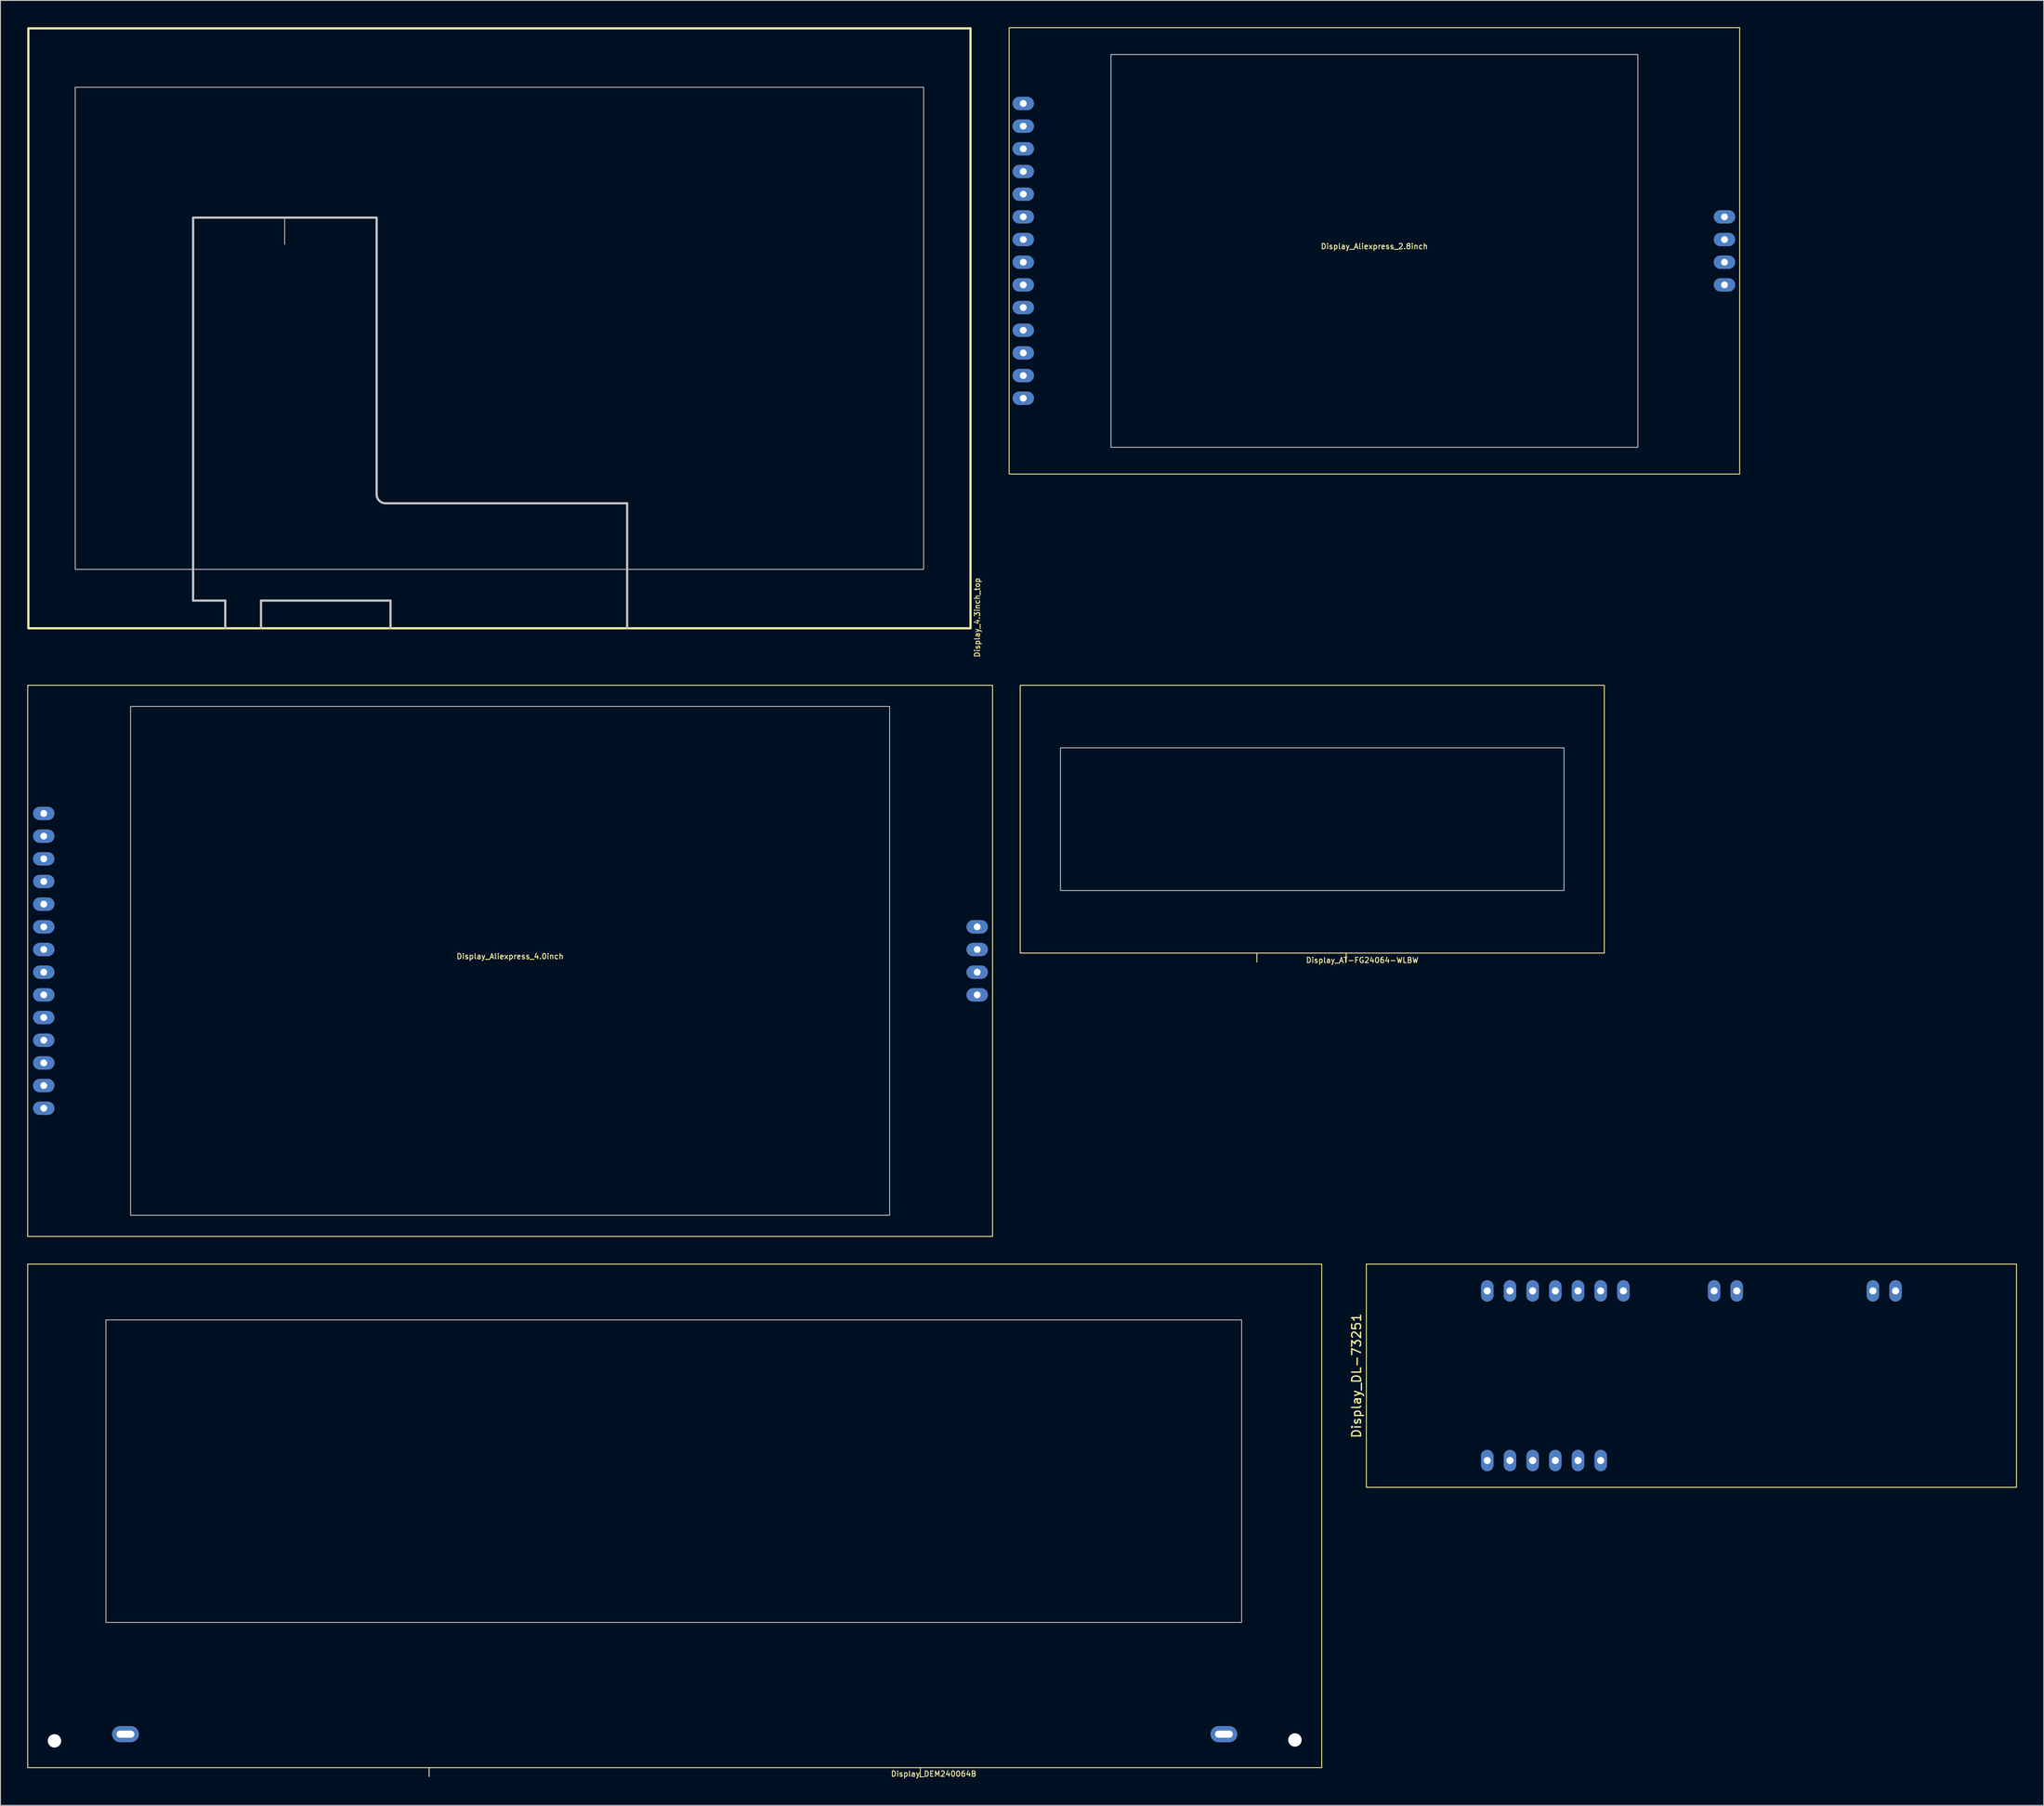
<source format=kicad_pcb>
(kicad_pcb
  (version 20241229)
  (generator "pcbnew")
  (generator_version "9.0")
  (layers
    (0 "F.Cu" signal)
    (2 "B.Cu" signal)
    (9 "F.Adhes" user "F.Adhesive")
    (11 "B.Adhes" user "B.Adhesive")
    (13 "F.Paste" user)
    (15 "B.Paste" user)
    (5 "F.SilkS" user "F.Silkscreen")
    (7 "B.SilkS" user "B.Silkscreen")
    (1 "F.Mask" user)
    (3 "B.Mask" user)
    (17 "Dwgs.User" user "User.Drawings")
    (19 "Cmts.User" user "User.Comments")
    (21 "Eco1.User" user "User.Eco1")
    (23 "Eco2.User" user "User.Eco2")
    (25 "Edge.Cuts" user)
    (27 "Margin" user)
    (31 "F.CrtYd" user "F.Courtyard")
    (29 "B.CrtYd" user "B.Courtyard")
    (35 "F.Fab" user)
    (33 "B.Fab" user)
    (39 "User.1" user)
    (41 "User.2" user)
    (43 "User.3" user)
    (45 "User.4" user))
  (footprint "Display_AT-FG24064-WLBW"
    (layer "F.Cu")
    (at 143.89 88.708)
    (property "Reference" "Display_AT-FG24064-WLBW" (at 5.6 15.8 0) (unlocked yes) (layer "F.SilkS") (effects (font (size 0.6 0.6) (thickness 0.1))))
    (attr smd)
    (fp_line (start -6.2 15) (end -6.2 16) (stroke (width 0.1) (type default)) (layer "F.SilkS"))
    (fp_line (start 3.8 16) (end 3.8 15) (stroke (width 0.1) (type default)) (layer "F.SilkS"))
    (fp_rect (start -32.7 15) (end 32.7 -15) (stroke (width 0.1) (type default)) (fill no) (layer "F.SilkS"))
    (fp_rect (start -28.192 7.992) (end 28.192 -7.992) (stroke (width 0.1) (type default)) (fill no) (layer "Dwgs.User")))
  (footprint "Display_Aliexpress_2.8inch"
    (layer "F.Cu")
    (at 150.851 25.05)
    (property "Reference" "Display_Aliexpress_2.8inch" (at 0 -0.5 0) (unlocked yes) (layer "F.SilkS") (effects (font (size 0.6 0.6) (thickness 0.1))))
    (attr through_hole)
    (fp_rect (start -40.9 25) (end 40.9 -25) (stroke (width 0.1) (type default)) (fill no) (layer "F.SilkS"))
    (fp_rect (start -29.5 22) (end 29.5 -22) (stroke (width 0.1) (type default)) (fill no) (layer "Dwgs.User"))
    (pad "1" thru_hole oval (at -39.32 -16.51) (size 2.4 1.5) (drill 0.762) (layers "*.Cu" "*.Mask"))
    (pad "1" thru_hole oval (at 39.2 -3.81) (size 2.4 1.5) (drill 0.762) (layers "*.Cu" "*.Mask"))
    (pad "2" thru_hole oval (at -39.32 -13.97) (size 2.4 1.5) (drill 0.762) (layers "*.Cu" "*.Mask"))
    (pad "2" thru_hole oval (at 39.2 -1.27) (size 2.4 1.5) (drill 0.762) (layers "*.Cu" "*.Mask"))
    (pad "3" thru_hole oval (at -39.32 -11.43) (size 2.4 1.5) (drill 0.762) (layers "*.Cu" "*.Mask"))
    (pad "3" thru_hole oval (at 39.2 1.27) (size 2.4 1.5) (drill 0.762) (layers "*.Cu" "*.Mask"))
    (pad "4" thru_hole oval (at -39.32 -8.89) (size 2.4 1.5) (drill 0.762) (layers "*.Cu" "*.Mask"))
    (pad "4" thru_hole oval (at 39.2 3.81) (size 2.4 1.5) (drill 0.762) (layers "*.Cu" "*.Mask"))
    (pad "5" thru_hole oval (at -39.32 -6.35) (size 2.4 1.5) (drill 0.762) (layers "*.Cu" "*.Mask"))
    (pad "6" thru_hole oval (at -39.32 -3.81) (size 2.4 1.5) (drill 0.762) (layers "*.Cu" "*.Mask"))
    (pad "7" thru_hole oval (at -39.32 -1.27) (size 2.4 1.5) (drill 0.762) (layers "*.Cu" "*.Mask"))
    (pad "8" thru_hole oval (at -39.32 1.27) (size 2.4 1.5) (drill 0.762) (layers "*.Cu" "*.Mask"))
    (pad "9" thru_hole oval (at -39.32 3.81) (size 2.4 1.5) (drill 0.762) (layers "*.Cu" "*.Mask"))
    (pad "10" thru_hole oval (at -39.32 6.35) (size 2.4 1.5) (drill 0.762) (layers "*.Cu" "*.Mask"))
    (pad "11" thru_hole oval (at -39.32 8.89) (size 2.4 1.5) (drill 0.762) (layers "*.Cu" "*.Mask"))
    (pad "12" thru_hole oval (at -39.32 11.43) (size 2.4 1.5) (drill 0.762) (layers "*.Cu" "*.Mask"))
    (pad "13" thru_hole oval (at -39.32 13.97) (size 2.4 1.5) (drill 0.762) (layers "*.Cu" "*.Mask"))
    (pad "14" thru_hole oval (at -39.32 16.51) (size 2.4 1.5) (drill 0.762) (layers "*.Cu" "*.Mask")))
  (footprint "Display_DL-73251"
    (layer "F.Cu")
    (at 186.348 151.048)
    (property "Reference" "Display_DL-73251" (at -37.5 0 90) (unlocked yes) (layer "F.SilkS") (effects (font (size 1 1) (thickness 0.15))))
    (attr through_hole)
    (fp_rect (start -36.4 -12.5) (end 36.4 12.5) (stroke (width 0.1) (type solid)) (fill no) (layer "F.SilkS"))
    (pad "1" thru_hole oval (at -22.86 9.5) (size 1.4 2.4) (drill 0.8) (layers "*.Cu" "*.Mask"))
    (pad "2" thru_hole oval (at -20.32 9.5) (size 1.4 2.4) (drill 0.8) (layers "*.Cu" "*.Mask"))
    (pad "3" thru_hole oval (at -17.78 9.5) (size 1.4 2.4) (drill 0.8) (layers "*.Cu" "*.Mask"))
    (pad "4" thru_hole oval (at -15.24 9.5) (size 1.4 2.4) (drill 0.8) (layers "*.Cu" "*.Mask"))
    (pad "5" thru_hole oval (at -12.7 9.5) (size 1.4 2.4) (drill 0.8) (layers "*.Cu" "*.Mask"))
    (pad "6" thru_hole oval (at -10.16 9.5) (size 1.4 2.4) (drill 0.8) (layers "*.Cu" "*.Mask"))
    (pad "7" thru_hole oval (at -7.62 -9.5) (size 1.4 2.4) (drill 0.8) (layers "*.Cu" "*.Mask"))
    (pad "8" thru_hole oval (at -10.16 -9.5) (size 1.4 2.4) (drill 0.8) (layers "*.Cu" "*.Mask"))
    (pad "9" thru_hole oval (at -12.7 -9.5) (size 1.4 2.4) (drill 0.8) (layers "*.Cu" "*.Mask"))
    (pad "10" thru_hole oval (at -15.24 -9.5) (size 1.4 2.4) (drill 0.8) (layers "*.Cu" "*.Mask"))
    (pad "11" thru_hole oval (at -17.78 -9.5) (size 1.4 2.4) (drill 0.8) (layers "*.Cu" "*.Mask"))
    (pad "12" thru_hole oval (at -20.32 -9.5) (size 1.4 2.4) (drill 0.8) (layers "*.Cu" "*.Mask"))
    (pad "13" thru_hole oval (at -22.86 -9.5) (size 1.4 2.4) (drill 0.8) (layers "*.Cu" "*.Mask"))
    (pad "T1" thru_hole oval (at 2.54 -9.5) (size 1.4 2.4) (drill 0.8) (layers "*.Cu" "*.Mask"))
    (pad "T2" thru_hole oval (at 5.08 -9.5) (size 1.4 2.4) (drill 0.8) (layers "*.Cu" "*.Mask"))
    (pad "T3" thru_hole oval (at 20.32 -9.5) (size 1.4 2.4) (drill 0.8) (layers "*.Cu" "*.Mask"))
    (pad "T4" thru_hole oval (at 22.86 -9.5) (size 1.4 2.4) (drill 0.8) (layers "*.Cu" "*.Mask")))
  (footprint "Display_4.3inch_top"
    (layer "F.Cu")
    (at 52.875 33.725)
    (property "Reference" "Display_4.3inch_top" (at 53.5 32.4 90) (unlocked yes) (layer "F.SilkS") (effects (font (size 0.6 0.6) (thickness 0.1))))
    (fp_rect (start -52.75 33.6) (end 52.75 -33.6) (stroke (width 0.25) (type default)) (fill no) (layer "F.SilkS"))
    (fp_line (start -34.3 30.5) (end -34.3 -12.4) (stroke (width 0.25) (type default)) (layer "Dwgs.User"))
    (fp_line (start -30.7 30.5) (end -34.3 30.5) (stroke (width 0.25) (type default)) (layer "Dwgs.User"))
    (fp_line (start -30.7 30.5) (end -30.7 33.6) (stroke (width 0.25) (type default)) (layer "Dwgs.User"))
    (fp_line (start -26.7 30.5) (end -26.7 33.6) (stroke (width 0.25) (type default)) (layer "Dwgs.User"))
    (fp_line (start -24.05 -12.4) (end -24.05 -9.4) (stroke (width 0.1) (type default)) (layer "Dwgs.User"))
    (fp_line (start -13.8 -12.4) (end -34.3 -12.4) (stroke (width 0.25) (type default)) (layer "Dwgs.User"))
    (fp_line (start -13.75 -12.4) (end -13.75 18.6) (stroke (width 0.25) (type default)) (layer "Dwgs.User"))
    (fp_line (start -12.75 19.6) (end 14.3 19.6) (stroke (width 0.25) (type default)) (layer "Dwgs.User"))
    (fp_line (start -12.2 30.5) (end -26.7 30.5) (stroke (width 0.25) (type default)) (layer "Dwgs.User"))
    (fp_line (start -12.2 30.5) (end -12.2 33.6) (stroke (width 0.25) (type default)) (layer "Dwgs.User"))
    (fp_line (start 14.3 33.6) (end 14.3 19.6) (stroke (width 0.25) (type default)) (layer "Dwgs.User"))
    (fp_rect (start -47.5 27) (end 47.5 -27) (stroke (width 0.1) (type default)) (fill no) (layer "Dwgs.User"))
    (fp_arc (start -12.75 19.6) (mid -13.457107 19.307107) (end -13.75 18.6) (stroke (width 0.25) (type default)) (layer "Dwgs.User")))
  (footprint "Display_DEM240064B"
    (layer "F.Cu")
    (at 72.5 166.748)
    (property "Reference" "Display_DEM240064B" (at 29 28.9 0) (unlocked yes) (layer "F.SilkS") (effects (font (size 0.6 0.6) (thickness 0.1))))
    (attr through_hole)
    (fp_line (start -27.5 28.2) (end -27.5 29.2) (stroke (width 0.1) (type default)) (layer "F.SilkS"))
    (fp_line (start 27.5 28.2) (end 27.5 29.2) (stroke (width 0.1) (type default)) (layer "F.SilkS"))
    (fp_rect (start -72.45 28.2) (end 72.45 -28.2) (stroke (width 0.1) (type default)) (fill no) (layer "F.SilkS"))
    (fp_rect (start -63.685 11.94) (end 63.485 -21.95) (stroke (width 0.1) (type default)) (fill no) (layer "Dwgs.User"))
    (pad "" np_thru_hole circle (at -69.45 25.2) (size 1.5 1.5) (drill 1.5) (layers "*.Cu" "*.Mask"))
    (pad "" np_thru_hole circle (at 69.45 25.1) (size 1.5 1.5) (drill 1.5) (layers "*.Cu" "*.Mask"))
    (pad "A" thru_hole oval (at -61.5 24.45) (size 3 1.8) (drill oval 2 0.8) (layers "*.Cu" "*.Mask"))
    (pad "K" thru_hole oval (at 61.5 24.45) (size 3 1.8) (drill oval 2 0.8) (layers "*.Cu" "*.Mask")))
  (footprint "Display_Aliexpress_4.0inch"
    (layer "F.Cu")
    (at 54.07 104.578)
    (property "Reference" "Display_Aliexpress_4.0inch" (at 0 -0.5 0) (unlocked yes) (layer "F.SilkS") (effects (font (size 0.6 0.6) (thickness 0.1))))
    (attr through_hole)
    (fp_rect (start -54.02 30.87) (end 54.02 -30.87) (stroke (width 0.1) (type default)) (fill no) (layer "F.SilkS"))
    (fp_rect (start -42.5 -28.5) (end 42.5 28.5) (stroke (width 0.1) (type default)) (fill no) (layer "Dwgs.User"))
    (pad "1" thru_hole oval (at -52.22 -16.51) (size 2.4 1.5) (drill 0.762) (layers "*.Cu" "*.Mask"))
    (pad "1" thru_hole oval (at 52.3 -3.81) (size 2.4 1.5) (drill 0.762) (layers "*.Cu" "*.Mask"))
    (pad "2" thru_hole oval (at -52.22 -13.97) (size 2.4 1.5) (drill 0.762) (layers "*.Cu" "*.Mask"))
    (pad "2" thru_hole oval (at 52.3 -1.27) (size 2.4 1.5) (drill 0.762) (layers "*.Cu" "*.Mask"))
    (pad "3" thru_hole oval (at -52.22 -11.43) (size 2.4 1.5) (drill 0.762) (layers "*.Cu" "*.Mask"))
    (pad "3" thru_hole oval (at 52.3 1.27) (size 2.4 1.5) (drill 0.762) (layers "*.Cu" "*.Mask"))
    (pad "4" thru_hole oval (at -52.22 -8.89) (size 2.4 1.5) (drill 0.762) (layers "*.Cu" "*.Mask"))
    (pad "4" thru_hole oval (at 52.3 3.81) (size 2.4 1.5) (drill 0.762) (layers "*.Cu" "*.Mask"))
    (pad "5" thru_hole oval (at -52.22 -6.35) (size 2.4 1.5) (drill 0.762) (layers "*.Cu" "*.Mask"))
    (pad "6" thru_hole oval (at -52.22 -3.81) (size 2.4 1.5) (drill 0.762) (layers "*.Cu" "*.Mask"))
    (pad "7" thru_hole oval (at -52.22 -1.27) (size 2.4 1.5) (drill 0.762) (layers "*.Cu" "*.Mask"))
    (pad "8" thru_hole oval (at -52.22 1.27) (size 2.4 1.5) (drill 0.762) (layers "*.Cu" "*.Mask"))
    (pad "9" thru_hole oval (at -52.22 3.81) (size 2.4 1.5) (drill 0.762) (layers "*.Cu" "*.Mask"))
    (pad "10" thru_hole oval (at -52.22 6.35) (size 2.4 1.5) (drill 0.762) (layers "*.Cu" "*.Mask"))
    (pad "11" thru_hole oval (at -52.22 8.89) (size 2.4 1.5) (drill 0.762) (layers "*.Cu" "*.Mask"))
    (pad "12" thru_hole oval (at -52.22 11.43) (size 2.4 1.5) (drill 0.762) (layers "*.Cu" "*.Mask"))
    (pad "13" thru_hole oval (at -52.22 13.97) (size 2.4 1.5) (drill 0.762) (layers "*.Cu" "*.Mask"))
    (pad "14" thru_hole oval (at -52.22 16.51) (size 2.4 1.5) (drill 0.762) (layers "*.Cu" "*.Mask")))
  (gr_rect
    (start -3 -3)
    (end 225.798 199.174)
    (stroke (width 0.1) (type default))
    (fill no)
    (layer "Edge.Cuts")))
</source>
